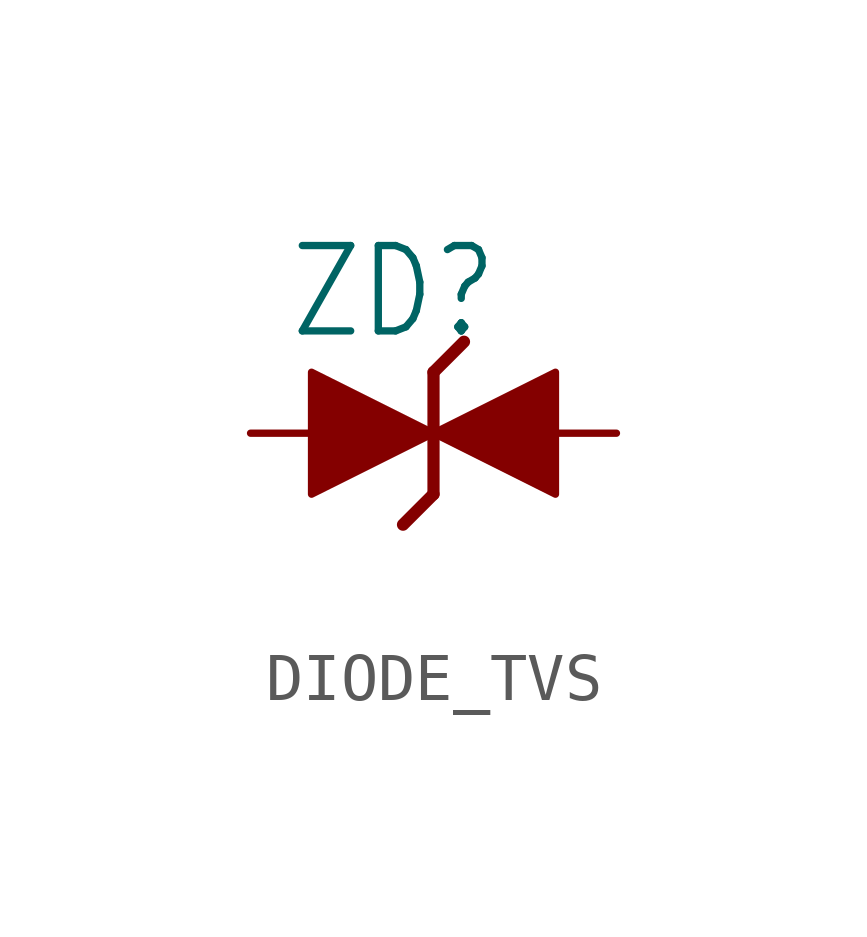
<source format=kicad_sym>
(kicad_symbol_lib
  (version 20231120)
  (generator "kicad_symbol_editor")
  (generator_version "8.0")
  (symbol "DIODE_TVS"
    (property "Reference" "ZD"
      (at -1.778 1.905 0)
      (effects (font (size 1.778 1.511)) (justify left bottom)))
    (property "Value" ""
      (at -1.778 -3.429 0)
      (effects (font (size 1.778 1.511)) (justify left bottom)))
    (property "ki_locked" ""
      (at 0 0 0)
      (effects (font (size 1.27 1.27))))
    (symbol "DIODE_TVS_1_0"
      (polyline (pts (xy 1.27 -1.27) (xy 0.635 -1.905)) (stroke (width 0.254) (type solid)) (fill (type none)))
      (polyline (pts (xy 1.27 0) (xy 1.27 -1.27)) (stroke (width 0.254) (type solid)) (fill (type none)))
      (polyline (pts (xy 1.27 1.27) (xy 1.27 0)) (stroke (width 0.254) (type solid)) (fill (type none)))
      (polyline (pts (xy 1.905 1.905) (xy 1.27 1.27)) (stroke (width 0.254) (type solid)) (fill (type none)))
      (pin passive line (at -2.54 0 0) (length 2.54) (name "A" (effects (font (size 0 0)))) (number "A" (effects (font (size 0 0)))))
      (pin passive line (at 5.08 0 180) (length 2.54) (name "C" (effects (font (size 0 0)))) (number "C" (effects (font (size 0 0))))))
    (symbol "DIODE_TVS_1_1"
      (polyline (pts (xy -1.27 1.27) (xy 1.27 0) (xy -1.27 -1.27) (xy -1.27 1.27)) (stroke (width 0) (type default)) (fill (type outline)))
      (polyline (pts (xy 3.81 1.27) (xy 1.27 0) (xy 3.81 -1.27) (xy 3.81 1.27)) (stroke (width 0) (type default)) (fill (type outline))))))
</source>
